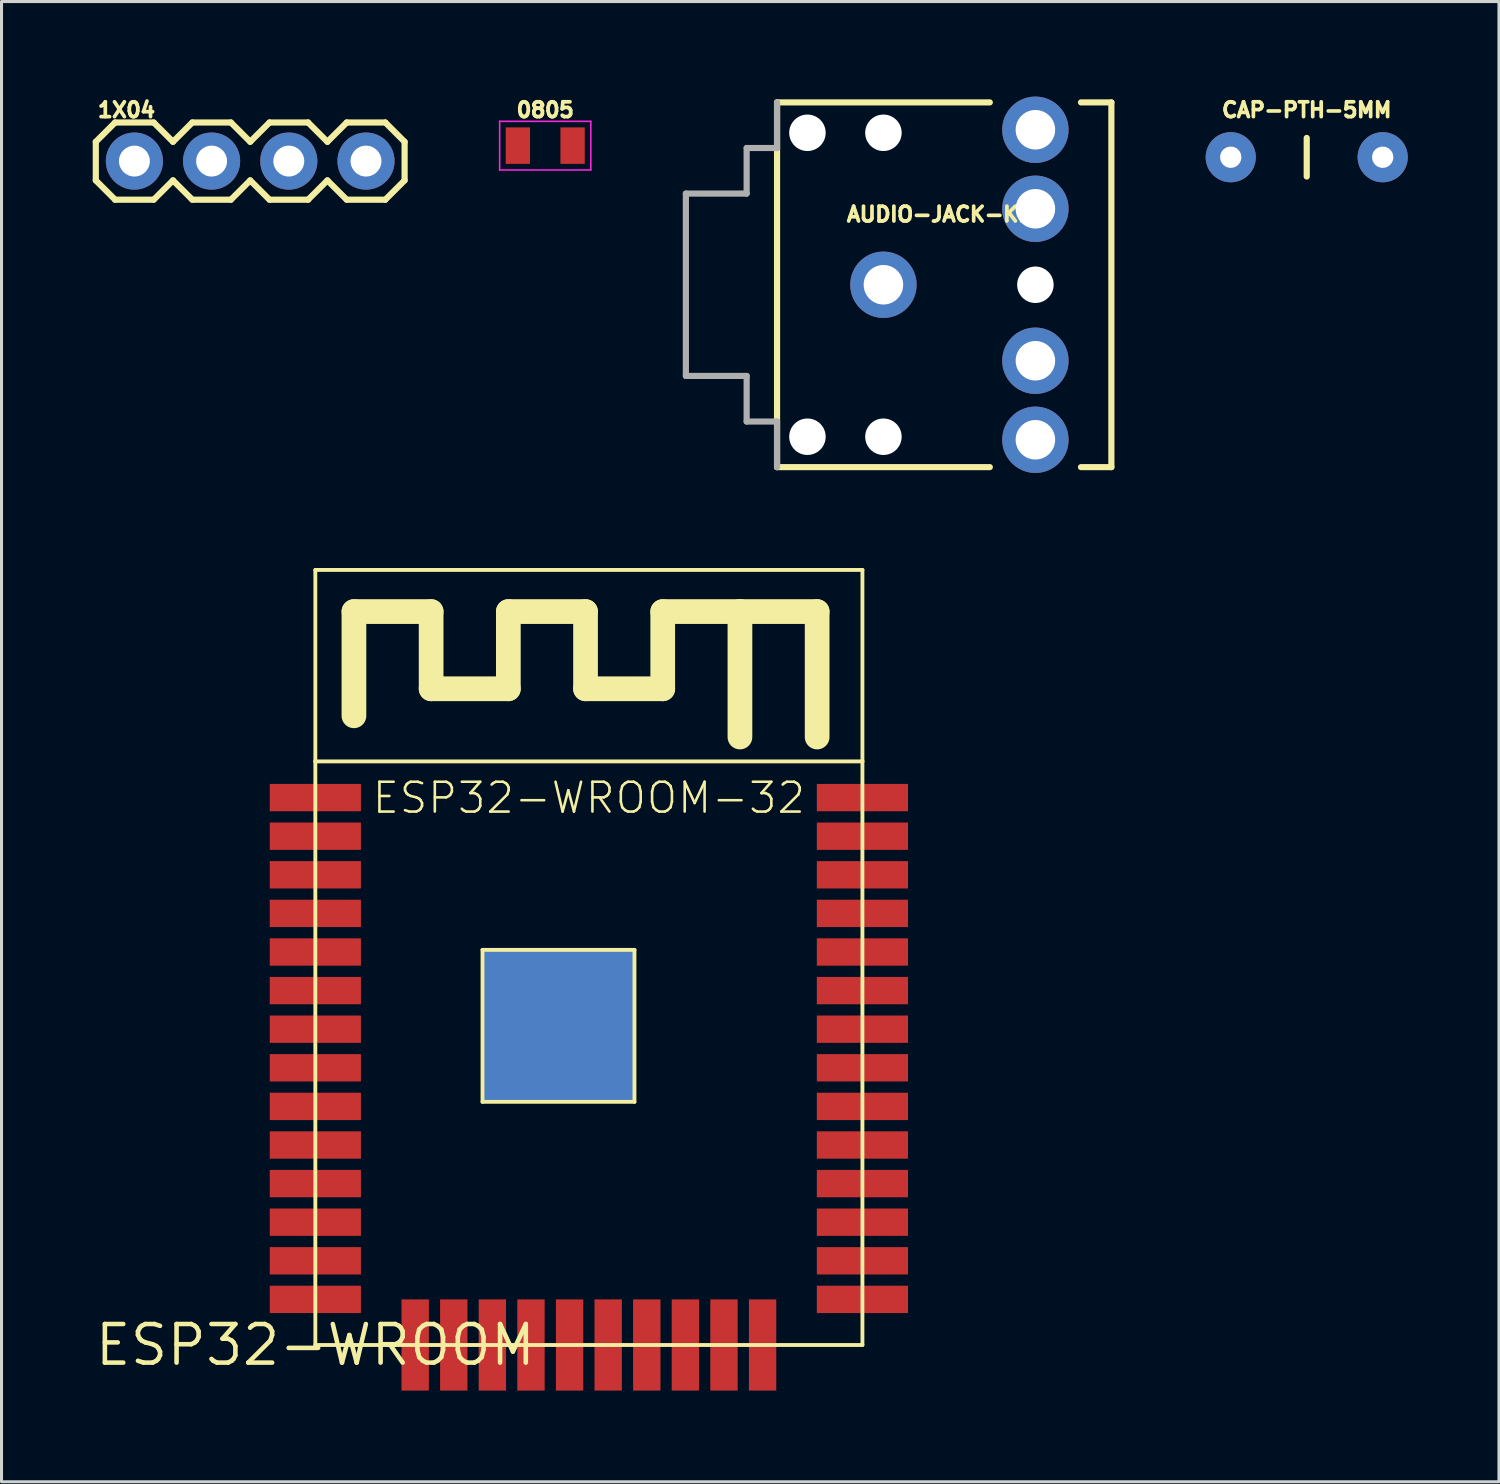
<source format=kicad_pcb>
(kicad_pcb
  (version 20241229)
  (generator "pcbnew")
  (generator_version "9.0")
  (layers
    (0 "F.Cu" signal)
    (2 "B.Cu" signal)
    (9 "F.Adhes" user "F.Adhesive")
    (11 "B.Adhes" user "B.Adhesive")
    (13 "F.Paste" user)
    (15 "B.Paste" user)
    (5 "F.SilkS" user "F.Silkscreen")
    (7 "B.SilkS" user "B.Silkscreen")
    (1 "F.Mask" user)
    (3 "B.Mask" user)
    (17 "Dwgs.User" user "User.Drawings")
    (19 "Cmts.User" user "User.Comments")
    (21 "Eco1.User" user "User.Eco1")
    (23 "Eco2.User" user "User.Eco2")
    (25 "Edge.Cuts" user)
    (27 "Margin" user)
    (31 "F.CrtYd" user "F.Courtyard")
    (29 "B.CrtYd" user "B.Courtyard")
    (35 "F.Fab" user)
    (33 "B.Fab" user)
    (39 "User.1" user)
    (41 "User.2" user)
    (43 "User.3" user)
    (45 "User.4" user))
  (footprint "ESP32-WROOM"
    (layer "F.Cu")
    (at 7.325 41.202)
    (property "Reference" "ESP32-WROOM" (at 0 0 0) (layer "F.SilkS") (effects (font (size 1.27 1.27) (thickness 0.15))))
    (fp_line (start 0 -25.5) (end 0 -19.2) (stroke (width 0.127) (type solid)) (layer "F.SilkS"))
    (fp_line (start 0 -19.2) (end 0 0) (stroke (width 0.127) (type solid)) (layer "F.SilkS"))
    (fp_line (start 0 -19.2) (end 18 -19.2) (stroke (width 0.127) (type solid)) (layer "F.SilkS"))
    (fp_line (start 0 0) (end 18 0) (stroke (width 0.127) (type solid)) (layer "F.SilkS"))
    (fp_line (start 1.27 -24.13) (end 1.27 -20.701) (stroke (width 0.813) (type solid)) (layer "F.SilkS"))
    (fp_line (start 3.81 -24.13) (end 1.27 -24.13) (stroke (width 0.813) (type solid)) (layer "F.SilkS"))
    (fp_line (start 3.81 -21.59) (end 3.81 -24.13) (stroke (width 0.813) (type solid)) (layer "F.SilkS"))
    (fp_line (start 5.5 -13) (end 5.5 -8) (stroke (width 0.127) (type solid)) (layer "F.SilkS"))
    (fp_line (start 5.5 -8) (end 10.5 -8) (stroke (width 0.127) (type solid)) (layer "F.SilkS"))
    (fp_line (start 6.35 -24.13) (end 6.35 -21.59) (stroke (width 0.813) (type solid)) (layer "F.SilkS"))
    (fp_line (start 6.35 -21.59) (end 3.81 -21.59) (stroke (width 0.813) (type solid)) (layer "F.SilkS"))
    (fp_line (start 8.89 -24.13) (end 6.35 -24.13) (stroke (width 0.813) (type solid)) (layer "F.SilkS"))
    (fp_line (start 8.89 -21.59) (end 8.89 -24.13) (stroke (width 0.813) (type solid)) (layer "F.SilkS"))
    (fp_line (start 10.5 -13) (end 5.5 -13) (stroke (width 0.127) (type solid)) (layer "F.SilkS"))
    (fp_line (start 10.5 -8) (end 10.5 -13) (stroke (width 0.127) (type solid)) (layer "F.SilkS"))
    (fp_line (start 11.43 -24.13) (end 11.43 -21.59) (stroke (width 0.813) (type solid)) (layer "F.SilkS"))
    (fp_line (start 11.43 -21.59) (end 8.89 -21.59) (stroke (width 0.813) (type solid)) (layer "F.SilkS"))
    (fp_line (start 13.97 -24.13) (end 11.43 -24.13) (stroke (width 0.813) (type solid)) (layer "F.SilkS"))
    (fp_line (start 13.97 -24.13) (end 13.97 -20.003) (stroke (width 0.813) (type solid)) (layer "F.SilkS"))
    (fp_line (start 16.51 -24.13) (end 13.97 -24.13) (stroke (width 0.813) (type solid)) (layer "F.SilkS"))
    (fp_line (start 16.51 -20.003) (end 16.51 -24.13) (stroke (width 0.813) (type solid)) (layer "F.SilkS"))
    (fp_line (start 18 -25.5) (end 0 -25.5) (stroke (width 0.127) (type solid)) (layer "F.SilkS"))
    (fp_line (start 18 -19.2) (end 18 -25.5) (stroke (width 0.127) (type solid)) (layer "F.SilkS"))
    (fp_line (start 18 0) (end 18 -19.2) (stroke (width 0.127) (type solid)) (layer "F.SilkS"))
    (fp_text user "ESP32-WROOM-32" (at 9 -18 0) (unlocked yes) (layer "F.SilkS") (effects (font (size 0.981 0.981) (thickness 0.085))))
    (pad "3V3" smd rect (at 0 -16.74) (size 3 0.9) (layers "F.Cu" "F.Mask" "F.Paste"))
    (pad "CLK" smd rect (at 9.635 0 90) (size 3 0.9) (layers "F.Cu" "F.Mask" "F.Paste"))
    (pad "CMD" smd rect (at 8.365 0 90) (size 3 0.9) (layers "F.Cu" "F.Mask" "F.Paste"))
    (pad "EN" smd rect (at 0 -15.47) (size 3 0.9) (layers "F.Cu" "F.Mask" "F.Paste"))
    (pad "GND1" smd rect (at 0 -18.01) (size 3 0.9) (layers "F.Cu" "F.Mask" "F.Paste"))
    (pad "GND2" smd rect (at 3.285 0 90) (size 3 0.9) (layers "F.Cu" "F.Mask" "F.Paste"))
    (pad "GND3" smd rect (at 18 -18.01) (size 3 0.9) (layers "F.Cu" "F.Mask" "F.Paste"))
    (pad "GND4" smd rect (at 8 -10.5) (size 5 5) (layers "F.Cu" "F.Mask" "F.Paste"))
    (pad "GND5" smd rect (at 8 -10.5 180) (size 5 5) (layers "B.Cu" "B.Mask" "B.Paste"))
    (pad "IO0" smd rect (at 18 -1.5) (size 3 0.9) (layers "F.Cu" "F.Mask" "F.Paste"))
    (pad "IO2" smd rect (at 14.715 0 90) (size 3 0.9) (layers "F.Cu" "F.Mask" "F.Paste"))
    (pad "IO4" smd rect (at 18 -2.77) (size 3 0.9) (layers "F.Cu" "F.Mask" "F.Paste"))
    (pad "IO5" smd rect (at 18 -6.58) (size 3 0.9) (layers "F.Cu" "F.Mask" "F.Paste"))
    (pad "IO12" smd rect (at 0 -1.5) (size 3 0.9) (layers "F.Cu" "F.Mask" "F.Paste"))
    (pad "IO13" smd rect (at 4.555 0 90) (size 3 0.9) (layers "F.Cu" "F.Mask" "F.Paste"))
    (pad "IO14" smd rect (at 0 -2.77) (size 3 0.9) (layers "F.Cu" "F.Mask" "F.Paste"))
    (pad "IO15" smd rect (at 13.445 0 90) (size 3 0.9) (layers "F.Cu" "F.Mask" "F.Paste"))
    (pad "IO16" smd rect (at 18 -4.04) (size 3 0.9) (layers "F.Cu" "F.Mask" "F.Paste"))
    (pad "IO17" smd rect (at 18 -5.31) (size 3 0.9) (layers "F.Cu" "F.Mask" "F.Paste"))
    (pad "IO18" smd rect (at 18 -7.85) (size 3 0.9) (layers "F.Cu" "F.Mask" "F.Paste"))
    (pad "IO19" smd rect (at 18 -9.12) (size 3 0.9) (layers "F.Cu" "F.Mask" "F.Paste"))
    (pad "IO21" smd rect (at 18 -11.66) (size 3 0.9) (layers "F.Cu" "F.Mask" "F.Paste"))
    (pad "IO22" smd rect (at 18 -15.47) (size 3 0.9) (layers "F.Cu" "F.Mask" "F.Paste"))
    (pad "IO23" smd rect (at 18 -16.74) (size 3 0.9) (layers "F.Cu" "F.Mask" "F.Paste"))
    (pad "IO25" smd rect (at 0 -6.58) (size 3 0.9) (layers "F.Cu" "F.Mask" "F.Paste"))
    (pad "IO26" smd rect (at 0 -5.31) (size 3 0.9) (layers "F.Cu" "F.Mask" "F.Paste"))
    (pad "IO27" smd rect (at 0 -4.04) (size 3 0.9) (layers "F.Cu" "F.Mask" "F.Paste"))
    (pad "IO32" smd rect (at 0 -9.12) (size 3 0.9) (layers "F.Cu" "F.Mask" "F.Paste"))
    (pad "IO33" smd rect (at 0 -7.85) (size 3 0.9) (layers "F.Cu" "F.Mask" "F.Paste"))
    (pad "IO34" smd rect (at 0 -11.66) (size 3 0.9) (layers "F.Cu" "F.Mask" "F.Paste"))
    (pad "IO35" smd rect (at 0 -10.39) (size 3 0.9) (layers "F.Cu" "F.Mask" "F.Paste"))
    (pad "NC" smd rect (at 18 -10.39) (size 3 0.9) (layers "F.Cu" "F.Mask" "F.Paste"))
    (pad "RX" smd rect (at 18 -12.93) (size 3 0.9) (layers "F.Cu" "F.Mask" "F.Paste"))
    (pad "SD0" smd rect (at 10.905 0 90) (size 3 0.9) (layers "F.Cu" "F.Mask" "F.Paste"))
    (pad "SD1" smd rect (at 12.175 0 90) (size 3 0.9) (layers "F.Cu" "F.Mask" "F.Paste"))
    (pad "SD2" smd rect (at 5.825 0 90) (size 3 0.9) (layers "F.Cu" "F.Mask" "F.Paste"))
    (pad "SD3" smd rect (at 7.095 0 90) (size 3 0.9) (layers "F.Cu" "F.Mask" "F.Paste"))
    (pad "SENSOR_VN" smd rect (at 0 -12.93) (size 3 0.9) (layers "F.Cu" "F.Mask" "F.Paste"))
    (pad "SENSOR_VP" smd rect (at 0 -14.2) (size 3 0.9) (layers "F.Cu" "F.Mask" "F.Paste"))
    (pad "TX" smd rect (at 18 -14.2) (size 3 0.9) (layers "F.Cu" "F.Mask" "F.Paste")))
  (footprint "AUDIO-JACK-KIT"
    (layer "F.Cu")
    (at 26.016 6.319)
    (property "Reference" "AUDIO-JACK-KIT" (at -1.27 -2.032 0) (unlocked yes) (layer "F.SilkS") (effects (font (size 0.488 0.488) (thickness 0.122)) (justify left bottom)))
    (fp_circle (center 0 0) (end 0.33 0) (stroke (width 0.66) (type solid)) (fill yes) (layer "F.Mask"))
    (fp_circle (center 5 -5.1) (end 5.33 -5.1) (stroke (width 0.66) (type solid)) (fill yes) (layer "F.Mask"))
    (fp_circle (center 5 -2.5) (end 5.33 -2.5) (stroke (width 0.66) (type solid)) (fill yes) (layer "F.Mask"))
    (fp_circle (center 5 2.5) (end 5.33 2.5) (stroke (width 0.66) (type solid)) (fill yes) (layer "F.Mask"))
    (fp_circle (center 5 5.1) (end 5.33 5.1) (stroke (width 0.66) (type solid)) (fill yes) (layer "F.Mask"))
    (fp_circle (center 0 0) (end 0.61 0) (stroke (width 1.219) (type solid)) (fill yes) (layer "B.Mask"))
    (fp_circle (center 5 -5.1) (end 5.61 -5.1) (stroke (width 1.219) (type solid)) (fill yes) (layer "B.Mask"))
    (fp_circle (center 5 -2.5) (end 5.61 -2.5) (stroke (width 1.219) (type solid)) (fill yes) (layer "B.Mask"))
    (fp_circle (center 5 2.5) (end 5.61 2.5) (stroke (width 1.219) (type solid)) (fill yes) (layer "B.Mask"))
    (fp_circle (center 5 5.1) (end 5.61 5.1) (stroke (width 1.219) (type solid)) (fill yes) (layer "B.Mask"))
    (fp_line (start -3.5 -6) (end -3.5 6) (stroke (width 0.203) (type solid)) (layer "F.SilkS"))
    (fp_line (start -3.5 -6) (end 3.5 -6) (stroke (width 0.203) (type solid)) (layer "F.SilkS"))
    (fp_line (start -3.5 6) (end 3.5 6) (stroke (width 0.203) (type solid)) (layer "F.SilkS"))
    (fp_line (start 7.5 -6) (end 6.5 -6) (stroke (width 0.203) (type solid)) (layer "F.SilkS"))
    (fp_line (start 7.5 -6) (end 7.5 6) (stroke (width 0.203) (type solid)) (layer "F.SilkS"))
    (fp_line (start 7.5 6) (end 6.5 6) (stroke (width 0.203) (type solid)) (layer "F.SilkS"))
    (fp_line (start -6.5 -3) (end -6.5 3) (stroke (width 0.203) (type solid)) (layer "F.Fab"))
    (fp_line (start -6.5 -3) (end -4.5 -3) (stroke (width 0.203) (type solid)) (layer "F.Fab"))
    (fp_line (start -6.5 3) (end -4.5 3) (stroke (width 0.203) (type solid)) (layer "F.Fab"))
    (fp_line (start -4.5 -4.5) (end -4.5 -3) (stroke (width 0.203) (type solid)) (layer "F.Fab"))
    (fp_line (start -4.5 -4.5) (end -3.5 -4.5) (stroke (width 0.203) (type solid)) (layer "F.Fab"))
    (fp_line (start -4.5 3) (end -4.5 4.5) (stroke (width 0.203) (type solid)) (layer "F.Fab"))
    (fp_line (start -4.5 4.5) (end -3.5 4.5) (stroke (width 0.203) (type solid)) (layer "F.Fab"))
    (fp_line (start -3.5 -6) (end -3.5 -4.5) (stroke (width 0.203) (type solid)) (layer "F.Fab"))
    (fp_line (start -3.5 4.5) (end -3.5 6) (stroke (width 0.203) (type solid)) (layer "F.Fab"))
    (pad "" np_thru_hole circle (at -2.5 -5) (size 1.2 1.2) (drill 1.2) (layers "*.Cu" "*.Mask"))
    (pad "" np_thru_hole circle (at -2.5 5) (size 1.2 1.2) (drill 1.2) (layers "*.Cu" "*.Mask"))
    (pad "" np_thru_hole circle (at 0 -5) (size 1.2 1.2) (drill 1.2) (layers "*.Cu" "*.Mask"))
    (pad "" np_thru_hole circle (at 0 5) (size 1.2 1.2) (drill 1.2) (layers "*.Cu" "*.Mask"))
    (pad "" np_thru_hole circle (at 5 0) (size 1.2 1.2) (drill 1.2) (layers "*.Cu" "*.Mask"))
    (pad "RING" thru_hole circle (at 5 -5.1) (size 2.184 2.184) (drill 1.3) (layers "*.Cu"))
    (pad "RSH" thru_hole circle (at 5 -2.5) (size 2.184 2.184) (drill 1.3) (layers "*.Cu"))
    (pad "SLEEVE" thru_hole circle (at 0 0) (size 2.184 2.184) (drill 1.3) (layers "*.Cu"))
    (pad "TIP" thru_hole circle (at 5 5.1) (size 2.184 2.184) (drill 1.3) (layers "*.Cu"))
    (pad "TSH" thru_hole circle (at 5 2.5) (size 2.184 2.184) (drill 1.3) (layers "*.Cu")))
  (footprint "CAP-PTH-5MM"
    (layer "F.Cu")
    (at 39.943 2.123)
    (property "Reference" "CAP-PTH-5MM" (at 0 -1.27 0) (unlocked yes) (layer "F.SilkS") (effects (font (size 0.488 0.488) (thickness 0.122)) (justify bottom)))
    (fp_line (start 0 -0.635) (end 0 0.635) (stroke (width 0.203) (type solid)) (layer "F.SilkS"))
    (pad "1" thru_hole circle (at -2.5 0) (size 1.651 1.651) (drill 0.7) (layers "*.Cu" "*.Mask"))
    (pad "2" thru_hole circle (at 2.5 0) (size 1.651 1.651) (drill 0.7) (layers "*.Cu" "*.Mask")))
  (footprint "1X04"
    (layer "F.Cu")
    (at 1.372 2.25)
    (property "Reference" "1X04" (at -1.27 -1.397 0) (unlocked yes) (layer "F.SilkS") (effects (font (size 0.488 0.488) (thickness 0.122)) (justify left bottom)))
    (fp_line (start -1.27 -0.635) (end -1.27 0.635) (stroke (width 0.203) (type solid)) (layer "F.SilkS"))
    (fp_line (start -1.27 0.635) (end -0.635 1.27) (stroke (width 0.203) (type solid)) (layer "F.SilkS"))
    (fp_line (start -0.635 -1.27) (end -1.27 -0.635) (stroke (width 0.203) (type solid)) (layer "F.SilkS"))
    (fp_line (start -0.635 -1.27) (end 0.635 -1.27) (stroke (width 0.203) (type solid)) (layer "F.SilkS"))
    (fp_line (start 0.635 -1.27) (end 1.27 -0.635) (stroke (width 0.203) (type solid)) (layer "F.SilkS"))
    (fp_line (start 0.635 1.27) (end -0.635 1.27) (stroke (width 0.203) (type solid)) (layer "F.SilkS"))
    (fp_line (start 1.27 -0.635) (end 1.905 -1.27) (stroke (width 0.203) (type solid)) (layer "F.SilkS"))
    (fp_line (start 1.27 0.635) (end 0.635 1.27) (stroke (width 0.203) (type solid)) (layer "F.SilkS"))
    (fp_line (start 1.905 -1.27) (end 3.175 -1.27) (stroke (width 0.203) (type solid)) (layer "F.SilkS"))
    (fp_line (start 1.905 1.27) (end 1.27 0.635) (stroke (width 0.203) (type solid)) (layer "F.SilkS"))
    (fp_line (start 3.175 -1.27) (end 3.81 -0.635) (stroke (width 0.203) (type solid)) (layer "F.SilkS"))
    (fp_line (start 3.175 1.27) (end 1.905 1.27) (stroke (width 0.203) (type solid)) (layer "F.SilkS"))
    (fp_line (start 3.81 -0.635) (end 4.445 -1.27) (stroke (width 0.203) (type solid)) (layer "F.SilkS"))
    (fp_line (start 3.81 0.635) (end 3.175 1.27) (stroke (width 0.203) (type solid)) (layer "F.SilkS"))
    (fp_line (start 4.445 -1.27) (end 5.715 -1.27) (stroke (width 0.203) (type solid)) (layer "F.SilkS"))
    (fp_line (start 4.445 1.27) (end 3.81 0.635) (stroke (width 0.203) (type solid)) (layer "F.SilkS"))
    (fp_line (start 5.715 -1.27) (end 6.35 -0.635) (stroke (width 0.203) (type solid)) (layer "F.SilkS"))
    (fp_line (start 5.715 1.27) (end 4.445 1.27) (stroke (width 0.203) (type solid)) (layer "F.SilkS"))
    (fp_line (start 6.35 0.635) (end 5.715 1.27) (stroke (width 0.203) (type solid)) (layer "F.SilkS"))
    (fp_line (start 6.35 0.635) (end 6.985 1.27) (stroke (width 0.203) (type solid)) (layer "F.SilkS"))
    (fp_line (start 6.985 -1.27) (end 6.35 -0.635) (stroke (width 0.203) (type solid)) (layer "F.SilkS"))
    (fp_line (start 6.985 -1.27) (end 8.255 -1.27) (stroke (width 0.203) (type solid)) (layer "F.SilkS"))
    (fp_line (start 8.255 -1.27) (end 8.89 -0.635) (stroke (width 0.203) (type solid)) (layer "F.SilkS"))
    (fp_line (start 8.255 1.27) (end 6.985 1.27) (stroke (width 0.203) (type solid)) (layer "F.SilkS"))
    (fp_line (start 8.89 -0.635) (end 8.89 0.635) (stroke (width 0.203) (type solid)) (layer "F.SilkS"))
    (fp_line (start 8.89 0.635) (end 8.255 1.27) (stroke (width 0.203) (type solid)) (layer "F.SilkS"))
    (fp_poly (pts (xy -0.254 0.254) (xy 0.254 0.254) (xy 0.254 -0.254) (xy -0.254 -0.254)) (stroke (width 0.1) (type default)) (fill no) (layer "F.Fab"))
    (fp_poly (pts (xy 2.286 0.254) (xy 2.794 0.254) (xy 2.794 -0.254) (xy 2.286 -0.254)) (stroke (width 0.1) (type default)) (fill no) (layer "F.Fab"))
    (fp_poly (pts (xy 4.826 0.254) (xy 5.334 0.254) (xy 5.334 -0.254) (xy 4.826 -0.254)) (stroke (width 0.1) (type default)) (fill no) (layer "F.Fab"))
    (fp_poly (pts (xy 7.366 0.254) (xy 7.874 0.254) (xy 7.874 -0.254) (xy 7.366 -0.254)) (stroke (width 0.1) (type default)) (fill no) (layer "F.Fab"))
    (pad "1" thru_hole circle (at 0 0 90) (size 1.88 1.88) (drill 1.016) (layers "*.Cu" "*.Mask"))
    (pad "2" thru_hole circle (at 2.54 0 90) (size 1.88 1.88) (drill 1.016) (layers "*.Cu" "*.Mask"))
    (pad "3" thru_hole circle (at 5.08 0 90) (size 1.88 1.88) (drill 1.016) (layers "*.Cu" "*.Mask"))
    (pad "4" thru_hole circle (at 7.62 0 90) (size 1.88 1.88) (drill 1.016) (layers "*.Cu" "*.Mask")))
  (footprint "0805"
    (layer "F.Cu")
    (at 14.889 1.742)
    (property "Reference" "0805" (at 0 -0.889 0) (unlocked yes) (layer "F.SilkS") (effects (font (size 0.488 0.488) (thickness 0.122)) (justify bottom)))
    (fp_line (start -1.5 -0.8) (end 1.5 -0.8) (stroke (width 0.051) (type solid)) (layer "F.CrtYd"))
    (fp_line (start -1.5 0.8) (end -1.5 -0.8) (stroke (width 0.051) (type solid)) (layer "F.CrtYd"))
    (fp_line (start 1.5 -0.8) (end 1.5 0.8) (stroke (width 0.051) (type solid)) (layer "F.CrtYd"))
    (fp_line (start 1.5 0.8) (end -1.5 0.8) (stroke (width 0.051) (type solid)) (layer "F.CrtYd"))
    (pad "1" smd rect (at -0.9 0) (size 0.8 1.2) (layers "F.Cu" "F.Mask" "F.Paste"))
    (pad "2" smd rect (at 0.9 0) (size 0.8 1.2) (layers "F.Cu" "F.Mask" "F.Paste")))
  (gr_rect
    (start -3 -3)
    (end 46.268 45.702)
    (stroke (width 0.1) (type default))
    (fill no)
    (layer "Edge.Cuts")))
</source>
